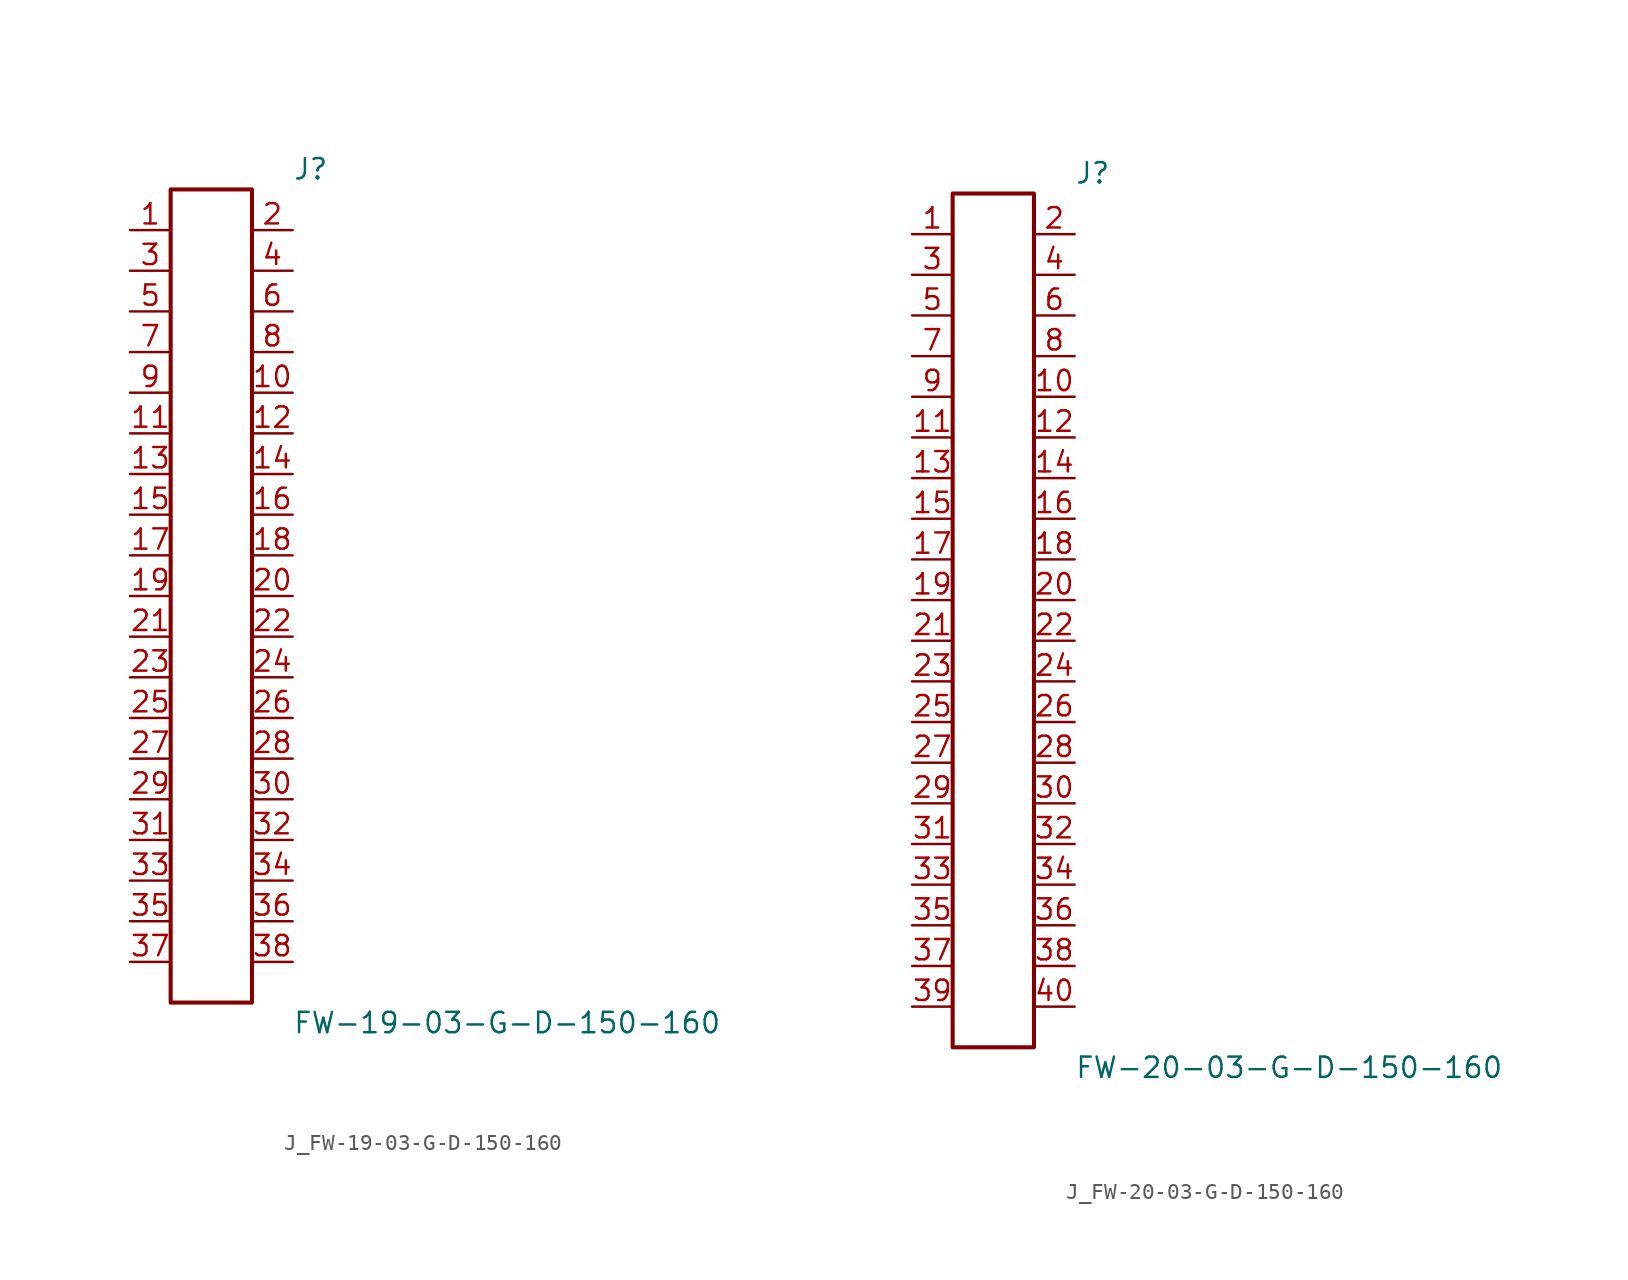
<source format=kicad_sym>
(kicad_symbol_lib
  (version 20231120)
  (generator kicad_symbol_editor)
  (generator_version 8.0)
  (symbol "J_FW-19-03-G-D-150-160"
    (pin_names
      (offset 0.254))
    (property "Reference" "J"
      (at 5.08 26.67 0)
      (effects (font (size 1.27 1.27)) (justify left)))
    (property "Value" "FW-19-03-G-D-150-160"
      (at 5.08 -26.67 0)
      (effects (font (size 1.27 1.27)) (justify left)))
    (symbol "J_FW-19-03-G-D-150-160_0_0"
      (pin passive line (at -5.08 22.86 0) (length 2.54) (name "" (effects (font (size 1.27 1.27)))) (number "1" (effects (font (size 1.27 1.27)))))
      (pin passive line (at 5.08 22.86 180) (length 2.54) (name "" (effects (font (size 1.27 1.27)))) (number "2" (effects (font (size 1.27 1.27)))))
      (pin passive line (at -5.08 20.32 0) (length 2.54) (name "" (effects (font (size 1.27 1.27)))) (number "3" (effects (font (size 1.27 1.27)))))
      (pin passive line (at 5.08 20.32 180) (length 2.54) (name "" (effects (font (size 1.27 1.27)))) (number "4" (effects (font (size 1.27 1.27)))))
      (pin passive line (at -5.08 17.78 0) (length 2.54) (name "" (effects (font (size 1.27 1.27)))) (number "5" (effects (font (size 1.27 1.27)))))
      (pin passive line (at 5.08 17.78 180) (length 2.54) (name "" (effects (font (size 1.27 1.27)))) (number "6" (effects (font (size 1.27 1.27)))))
      (pin passive line (at -5.08 15.24 0) (length 2.54) (name "" (effects (font (size 1.27 1.27)))) (number "7" (effects (font (size 1.27 1.27)))))
      (pin passive line (at 5.08 15.24 180) (length 2.54) (name "" (effects (font (size 1.27 1.27)))) (number "8" (effects (font (size 1.27 1.27)))))
      (pin passive line (at -5.08 12.7 0) (length 2.54) (name "" (effects (font (size 1.27 1.27)))) (number "9" (effects (font (size 1.27 1.27)))))
      (pin passive line (at 5.08 12.7 180) (length 2.54) (name "" (effects (font (size 1.27 1.27)))) (number "10" (effects (font (size 1.27 1.27)))))
      (pin passive line (at -5.08 10.16 0) (length 2.54) (name "" (effects (font (size 1.27 1.27)))) (number "11" (effects (font (size 1.27 1.27)))))
      (pin passive line (at 5.08 10.16 180) (length 2.54) (name "" (effects (font (size 1.27 1.27)))) (number "12" (effects (font (size 1.27 1.27)))))
      (pin passive line (at -5.08 7.62 0) (length 2.54) (name "" (effects (font (size 1.27 1.27)))) (number "13" (effects (font (size 1.27 1.27)))))
      (pin passive line (at 5.08 7.62 180) (length 2.54) (name "" (effects (font (size 1.27 1.27)))) (number "14" (effects (font (size 1.27 1.27)))))
      (pin passive line (at -5.08 5.08 0) (length 2.54) (name "" (effects (font (size 1.27 1.27)))) (number "15" (effects (font (size 1.27 1.27)))))
      (pin passive line (at 5.08 5.08 180) (length 2.54) (name "" (effects (font (size 1.27 1.27)))) (number "16" (effects (font (size 1.27 1.27)))))
      (pin passive line (at -5.08 2.54 0) (length 2.54) (name "" (effects (font (size 1.27 1.27)))) (number "17" (effects (font (size 1.27 1.27)))))
      (pin passive line (at 5.08 2.54 180) (length 2.54) (name "" (effects (font (size 1.27 1.27)))) (number "18" (effects (font (size 1.27 1.27)))))
      (pin passive line (at -5.08 0.0 0) (length 2.54) (name "" (effects (font (size 1.27 1.27)))) (number "19" (effects (font (size 1.27 1.27)))))
      (pin passive line (at 5.08 0.0 180) (length 2.54) (name "" (effects (font (size 1.27 1.27)))) (number "20" (effects (font (size 1.27 1.27)))))
      (pin passive line (at -5.08 -2.54 0) (length 2.54) (name "" (effects (font (size 1.27 1.27)))) (number "21" (effects (font (size 1.27 1.27)))))
      (pin passive line (at 5.08 -2.54 180) (length 2.54) (name "" (effects (font (size 1.27 1.27)))) (number "22" (effects (font (size 1.27 1.27)))))
      (pin passive line (at -5.08 -5.08 0) (length 2.54) (name "" (effects (font (size 1.27 1.27)))) (number "23" (effects (font (size 1.27 1.27)))))
      (pin passive line (at 5.08 -5.08 180) (length 2.54) (name "" (effects (font (size 1.27 1.27)))) (number "24" (effects (font (size 1.27 1.27)))))
      (pin passive line (at -5.08 -7.62 0) (length 2.54) (name "" (effects (font (size 1.27 1.27)))) (number "25" (effects (font (size 1.27 1.27)))))
      (pin passive line (at 5.08 -7.62 180) (length 2.54) (name "" (effects (font (size 1.27 1.27)))) (number "26" (effects (font (size 1.27 1.27)))))
      (pin passive line (at -5.08 -10.16 0) (length 2.54) (name "" (effects (font (size 1.27 1.27)))) (number "27" (effects (font (size 1.27 1.27)))))
      (pin passive line (at 5.08 -10.16 180) (length 2.54) (name "" (effects (font (size 1.27 1.27)))) (number "28" (effects (font (size 1.27 1.27)))))
      (pin passive line (at -5.08 -12.7 0) (length 2.54) (name "" (effects (font (size 1.27 1.27)))) (number "29" (effects (font (size 1.27 1.27)))))
      (pin passive line (at 5.08 -12.7 180) (length 2.54) (name "" (effects (font (size 1.27 1.27)))) (number "30" (effects (font (size 1.27 1.27)))))
      (pin passive line (at -5.08 -15.24 0) (length 2.54) (name "" (effects (font (size 1.27 1.27)))) (number "31" (effects (font (size 1.27 1.27)))))
      (pin passive line (at 5.08 -15.24 180) (length 2.54) (name "" (effects (font (size 1.27 1.27)))) (number "32" (effects (font (size 1.27 1.27)))))
      (pin passive line (at -5.08 -17.78 0) (length 2.54) (name "" (effects (font (size 1.27 1.27)))) (number "33" (effects (font (size 1.27 1.27)))))
      (pin passive line (at 5.08 -17.78 180) (length 2.54) (name "" (effects (font (size 1.27 1.27)))) (number "34" (effects (font (size 1.27 1.27)))))
      (pin passive line (at -5.08 -20.32 0) (length 2.54) (name "" (effects (font (size 1.27 1.27)))) (number "35" (effects (font (size 1.27 1.27)))))
      (pin passive line (at 5.08 -20.32 180) (length 2.54) (name "" (effects (font (size 1.27 1.27)))) (number "36" (effects (font (size 1.27 1.27)))))
      (pin passive line (at -5.08 -22.86 0) (length 2.54) (name "" (effects (font (size 1.27 1.27)))) (number "37" (effects (font (size 1.27 1.27)))))
      (pin passive line (at 5.08 -22.86 180) (length 2.54) (name "" (effects (font (size 1.27 1.27)))) (number "38" (effects (font (size 1.27 1.27))))))
    (symbol "J_FW-19-03-G-D-150-160_1_0"
      (rectangle (start -2.54 25.4) (end 2.54 -25.4) (stroke (width 0.254) (type solid)) (fill (type none)))))
  (symbol "J_FW-20-03-G-D-150-160"
    (pin_names
      (offset 0.254))
    (property "Reference" "J"
      (at 5.08 27.94 0)
      (effects (font (size 1.27 1.27)) (justify left)))
    (property "Value" "FW-20-03-G-D-150-160"
      (at 5.08 -27.94 0)
      (effects (font (size 1.27 1.27)) (justify left)))
    (symbol "J_FW-20-03-G-D-150-160_0_0"
      (pin passive line (at -5.08 24.13 0) (length 2.54) (name "" (effects (font (size 1.27 1.27)))) (number "1" (effects (font (size 1.27 1.27)))))
      (pin passive line (at 5.08 24.13 180) (length 2.54) (name "" (effects (font (size 1.27 1.27)))) (number "2" (effects (font (size 1.27 1.27)))))
      (pin passive line (at -5.08 21.59 0) (length 2.54) (name "" (effects (font (size 1.27 1.27)))) (number "3" (effects (font (size 1.27 1.27)))))
      (pin passive line (at 5.08 21.59 180) (length 2.54) (name "" (effects (font (size 1.27 1.27)))) (number "4" (effects (font (size 1.27 1.27)))))
      (pin passive line (at -5.08 19.05 0) (length 2.54) (name "" (effects (font (size 1.27 1.27)))) (number "5" (effects (font (size 1.27 1.27)))))
      (pin passive line (at 5.08 19.05 180) (length 2.54) (name "" (effects (font (size 1.27 1.27)))) (number "6" (effects (font (size 1.27 1.27)))))
      (pin passive line (at -5.08 16.51 0) (length 2.54) (name "" (effects (font (size 1.27 1.27)))) (number "7" (effects (font (size 1.27 1.27)))))
      (pin passive line (at 5.08 16.51 180) (length 2.54) (name "" (effects (font (size 1.27 1.27)))) (number "8" (effects (font (size 1.27 1.27)))))
      (pin passive line (at -5.08 13.97 0) (length 2.54) (name "" (effects (font (size 1.27 1.27)))) (number "9" (effects (font (size 1.27 1.27)))))
      (pin passive line (at 5.08 13.97 180) (length 2.54) (name "" (effects (font (size 1.27 1.27)))) (number "10" (effects (font (size 1.27 1.27)))))
      (pin passive line (at -5.08 11.43 0) (length 2.54) (name "" (effects (font (size 1.27 1.27)))) (number "11" (effects (font (size 1.27 1.27)))))
      (pin passive line (at 5.08 11.43 180) (length 2.54) (name "" (effects (font (size 1.27 1.27)))) (number "12" (effects (font (size 1.27 1.27)))))
      (pin passive line (at -5.08 8.89 0) (length 2.54) (name "" (effects (font (size 1.27 1.27)))) (number "13" (effects (font (size 1.27 1.27)))))
      (pin passive line (at 5.08 8.89 180) (length 2.54) (name "" (effects (font (size 1.27 1.27)))) (number "14" (effects (font (size 1.27 1.27)))))
      (pin passive line (at -5.08 6.35 0) (length 2.54) (name "" (effects (font (size 1.27 1.27)))) (number "15" (effects (font (size 1.27 1.27)))))
      (pin passive line (at 5.08 6.35 180) (length 2.54) (name "" (effects (font (size 1.27 1.27)))) (number "16" (effects (font (size 1.27 1.27)))))
      (pin passive line (at -5.08 3.81 0) (length 2.54) (name "" (effects (font (size 1.27 1.27)))) (number "17" (effects (font (size 1.27 1.27)))))
      (pin passive line (at 5.08 3.81 180) (length 2.54) (name "" (effects (font (size 1.27 1.27)))) (number "18" (effects (font (size 1.27 1.27)))))
      (pin passive line (at -5.08 1.27 0) (length 2.54) (name "" (effects (font (size 1.27 1.27)))) (number "19" (effects (font (size 1.27 1.27)))))
      (pin passive line (at 5.08 1.27 180) (length 2.54) (name "" (effects (font (size 1.27 1.27)))) (number "20" (effects (font (size 1.27 1.27)))))
      (pin passive line (at -5.08 -1.27 0) (length 2.54) (name "" (effects (font (size 1.27 1.27)))) (number "21" (effects (font (size 1.27 1.27)))))
      (pin passive line (at 5.08 -1.27 180) (length 2.54) (name "" (effects (font (size 1.27 1.27)))) (number "22" (effects (font (size 1.27 1.27)))))
      (pin passive line (at -5.08 -3.81 0) (length 2.54) (name "" (effects (font (size 1.27 1.27)))) (number "23" (effects (font (size 1.27 1.27)))))
      (pin passive line (at 5.08 -3.81 180) (length 2.54) (name "" (effects (font (size 1.27 1.27)))) (number "24" (effects (font (size 1.27 1.27)))))
      (pin passive line (at -5.08 -6.35 0) (length 2.54) (name "" (effects (font (size 1.27 1.27)))) (number "25" (effects (font (size 1.27 1.27)))))
      (pin passive line (at 5.08 -6.35 180) (length 2.54) (name "" (effects (font (size 1.27 1.27)))) (number "26" (effects (font (size 1.27 1.27)))))
      (pin passive line (at -5.08 -8.89 0) (length 2.54) (name "" (effects (font (size 1.27 1.27)))) (number "27" (effects (font (size 1.27 1.27)))))
      (pin passive line (at 5.08 -8.89 180) (length 2.54) (name "" (effects (font (size 1.27 1.27)))) (number "28" (effects (font (size 1.27 1.27)))))
      (pin passive line (at -5.08 -11.43 0) (length 2.54) (name "" (effects (font (size 1.27 1.27)))) (number "29" (effects (font (size 1.27 1.27)))))
      (pin passive line (at 5.08 -11.43 180) (length 2.54) (name "" (effects (font (size 1.27 1.27)))) (number "30" (effects (font (size 1.27 1.27)))))
      (pin passive line (at -5.08 -13.97 0) (length 2.54) (name "" (effects (font (size 1.27 1.27)))) (number "31" (effects (font (size 1.27 1.27)))))
      (pin passive line (at 5.08 -13.97 180) (length 2.54) (name "" (effects (font (size 1.27 1.27)))) (number "32" (effects (font (size 1.27 1.27)))))
      (pin passive line (at -5.08 -16.51 0) (length 2.54) (name "" (effects (font (size 1.27 1.27)))) (number "33" (effects (font (size 1.27 1.27)))))
      (pin passive line (at 5.08 -16.51 180) (length 2.54) (name "" (effects (font (size 1.27 1.27)))) (number "34" (effects (font (size 1.27 1.27)))))
      (pin passive line (at -5.08 -19.05 0) (length 2.54) (name "" (effects (font (size 1.27 1.27)))) (number "35" (effects (font (size 1.27 1.27)))))
      (pin passive line (at 5.08 -19.05 180) (length 2.54) (name "" (effects (font (size 1.27 1.27)))) (number "36" (effects (font (size 1.27 1.27)))))
      (pin passive line (at -5.08 -21.59 0) (length 2.54) (name "" (effects (font (size 1.27 1.27)))) (number "37" (effects (font (size 1.27 1.27)))))
      (pin passive line (at 5.08 -21.59 180) (length 2.54) (name "" (effects (font (size 1.27 1.27)))) (number "38" (effects (font (size 1.27 1.27)))))
      (pin passive line (at -5.08 -24.13 0) (length 2.54) (name "" (effects (font (size 1.27 1.27)))) (number "39" (effects (font (size 1.27 1.27)))))
      (pin passive line (at 5.08 -24.13 180) (length 2.54) (name "" (effects (font (size 1.27 1.27)))) (number "40" (effects (font (size 1.27 1.27))))))
    (symbol "J_FW-20-03-G-D-150-160_1_0"
      (rectangle (start -2.54 26.67) (end 2.54 -26.67) (stroke (width 0.254) (type solid)) (fill (type none))))))
</source>
